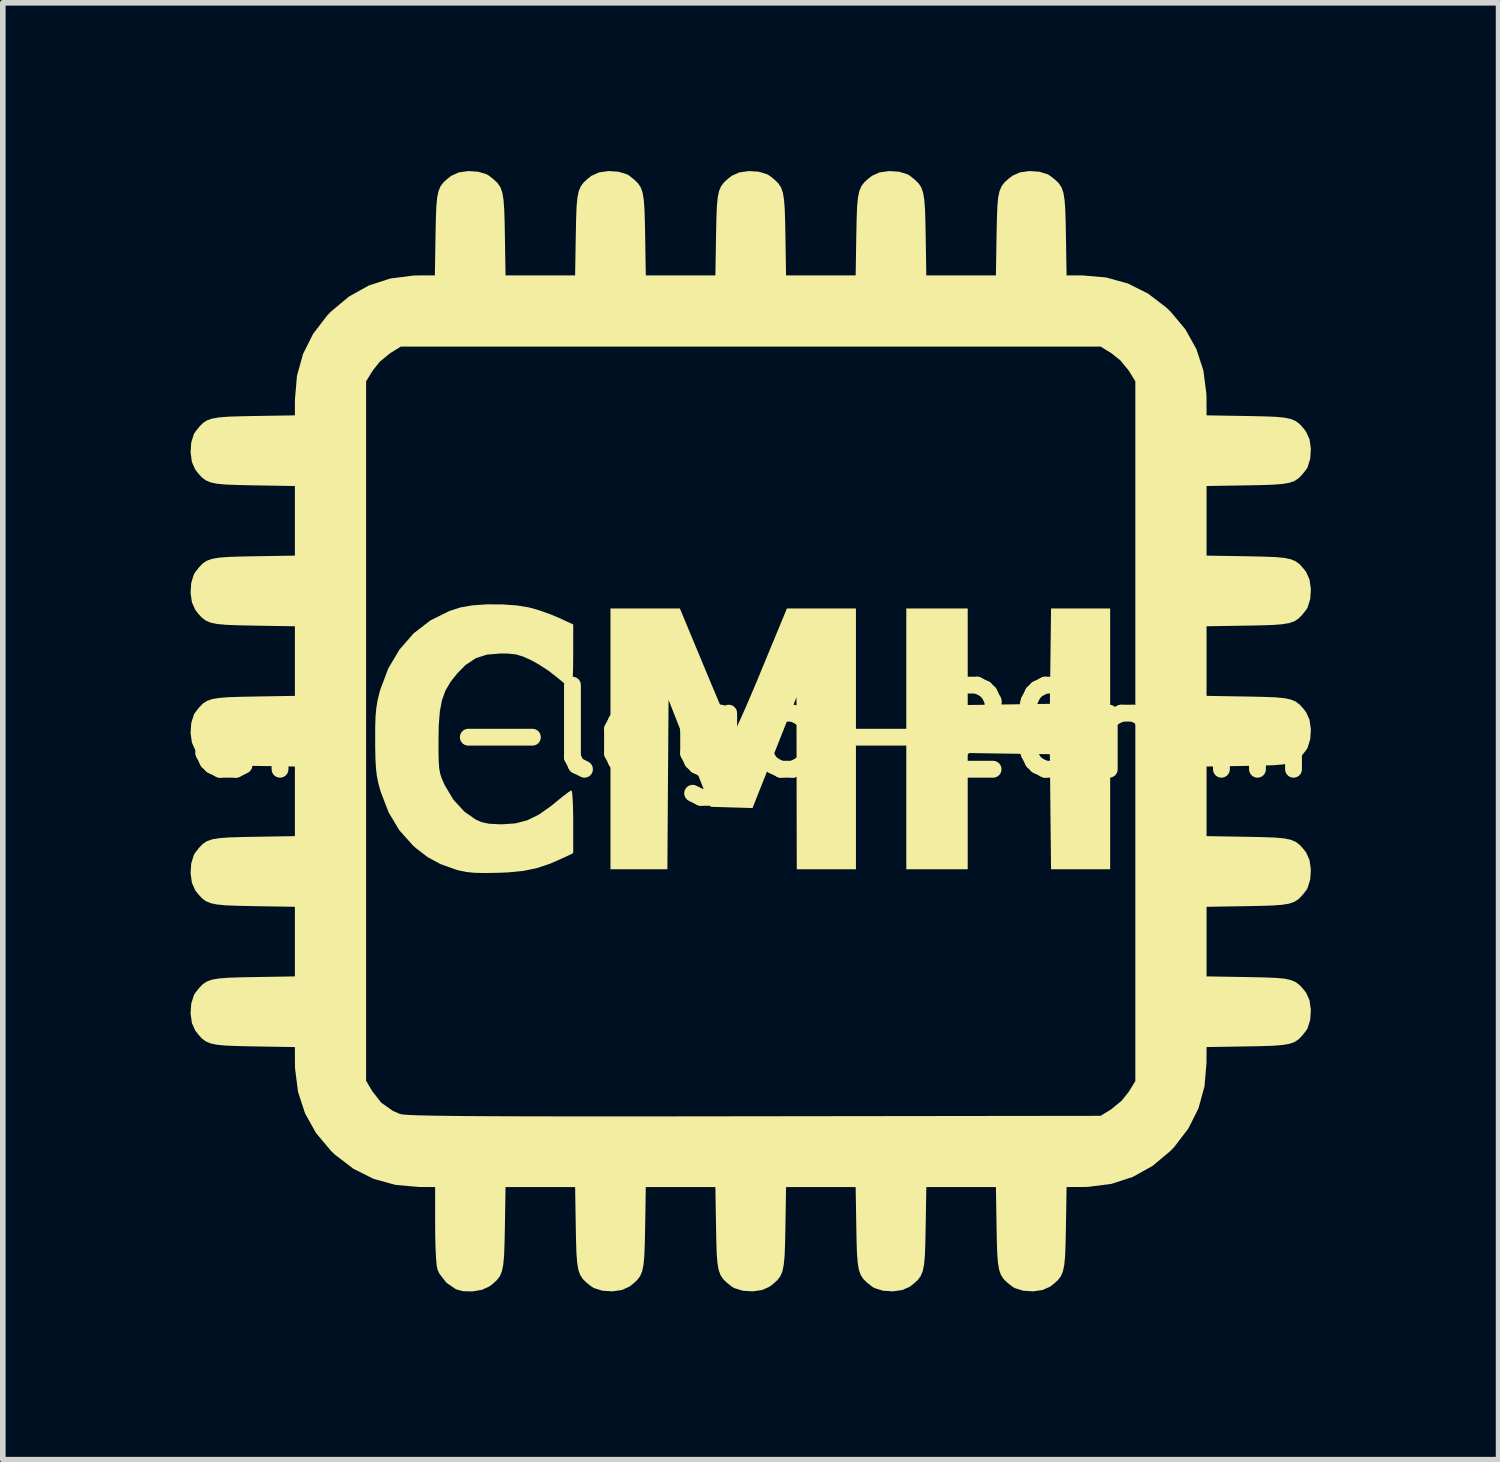
<source format=kicad_pcb>
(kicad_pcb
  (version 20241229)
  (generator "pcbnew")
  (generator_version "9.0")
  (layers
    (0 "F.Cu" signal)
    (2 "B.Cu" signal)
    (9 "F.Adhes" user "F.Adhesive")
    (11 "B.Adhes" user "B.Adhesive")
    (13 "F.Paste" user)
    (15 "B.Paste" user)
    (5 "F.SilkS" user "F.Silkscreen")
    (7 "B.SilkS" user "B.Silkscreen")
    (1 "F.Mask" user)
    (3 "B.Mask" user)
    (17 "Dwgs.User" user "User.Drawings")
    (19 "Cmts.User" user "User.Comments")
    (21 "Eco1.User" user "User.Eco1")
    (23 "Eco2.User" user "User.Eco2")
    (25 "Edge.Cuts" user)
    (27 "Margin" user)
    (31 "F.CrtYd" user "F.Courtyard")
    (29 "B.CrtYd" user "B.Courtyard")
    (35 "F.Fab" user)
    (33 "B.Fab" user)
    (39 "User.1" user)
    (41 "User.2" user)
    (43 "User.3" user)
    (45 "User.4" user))
  (footprint "cmh-logo-20mm"
    (layer "F.Cu")
    (at 10.336 9.988)
    (property "Reference" "cmh-logo-20mm" (at 0 0 0) (layer "F.SilkS") (effects (font (size 1.5 1.5) (thickness 0.3))))
    (attr board_only exclude_from_pos_files exclude_from_bom)
    (fp_poly (pts (xy 3.869 -1.328) (xy 3.869 -0.467) (xy 4.601 -0.478) (xy 5.334 -0.488) (xy 5.345 -1.338) (xy 5.355 -2.188) (xy 5.882 -2.188) (xy 6.409 -2.188) (xy 6.409 0.137) (xy 6.409 2.462) (xy 5.882 2.462) (xy 5.355 2.462) (xy 5.344 1.436) (xy 5.334 0.41) (xy 4.601 0.4) (xy 3.869 0.389) (xy 3.869 1.425) (xy 3.869 2.462) (xy 3.322 2.462) (xy 2.774 2.462) (xy 2.774 0.137) (xy 2.774 -2.188) (xy 3.322 -2.188) (xy 3.869 -2.188)) (stroke (width 0) (type solid)) (fill yes) (layer "F.SilkS"))
    (fp_poly (pts (xy -0.804 -1.084) (xy -0.689 -0.809) (xy -0.583 -0.556) (xy -0.489 -0.336) (xy -0.412 -0.157) (xy -0.355 -0.029) (xy -0.323 0.039) (xy -0.318 0.048) (xy -0.297 0.021) (xy -0.25 -0.071) (xy -0.182 -0.218) (xy -0.095 -0.413) (xy 0.005 -0.646) (xy 0.117 -0.91) (xy 0.177 -1.056) (xy 0.645 -2.188) (xy 1.26 -2.188) (xy 1.876 -2.188) (xy 1.876 0.137) (xy 1.876 2.462) (xy 1.348 2.462) (xy 0.821 2.462) (xy 0.818 0.928) (xy 0.816 -0.606) (xy 0.424 0.382) (xy 0.032 1.37) (xy -0.341 1.359) (xy -0.715 1.348) (xy -1.09 0.394) (xy -1.465 -0.559) (xy -1.476 0.951) (xy -1.486 2.462) (xy -1.993 2.462) (xy -2.501 2.462) (xy -2.501 0.137) (xy -2.501 -2.188) (xy -1.882 -2.188) (xy -1.263 -2.188)) (stroke (width 0) (type solid)) (fill yes) (layer "F.SilkS"))
    (fp_poly (pts (xy -4.431 -2.261) (xy -4.166 -2.242) (xy -3.947 -2.206) (xy -3.773 -2.156) (xy -3.576 -2.086) (xy -3.429 -2.025) (xy -3.165 -1.903) (xy -3.165 -1.342) (xy -3.168 -1.089) (xy -3.176 -0.912) (xy -3.191 -0.81) (xy -3.208 -0.782) (xy -3.257 -0.806) (xy -3.344 -0.869) (xy -3.451 -0.958) (xy -3.452 -0.959) (xy -3.6 -1.074) (xy -3.776 -1.189) (xy -3.907 -1.262) (xy -4.059 -1.331) (xy -4.186 -1.369) (xy -4.326 -1.384) (xy -4.454 -1.386) (xy -4.703 -1.366) (xy -4.904 -1.301) (xy -5.084 -1.181) (xy -5.23 -1.033) (xy -5.353 -0.879) (xy -5.443 -0.725) (xy -5.505 -0.555) (xy -5.543 -0.354) (xy -5.563 -0.104) (xy -5.567 0.156) (xy -5.567 0.381) (xy -5.563 0.545) (xy -5.554 0.665) (xy -5.537 0.758) (xy -5.509 0.843) (xy -5.469 0.935) (xy -5.459 0.957) (xy -5.303 1.219) (xy -5.105 1.435) (xy -4.904 1.575) (xy -4.794 1.623) (xy -4.669 1.649) (xy -4.501 1.659) (xy -4.435 1.66) (xy -4.199 1.644) (xy -3.986 1.589) (xy -3.779 1.488) (xy -3.557 1.332) (xy -3.46 1.252) (xy -3.346 1.159) (xy -3.254 1.089) (xy -3.201 1.056) (xy -3.196 1.055) (xy -3.185 1.092) (xy -3.176 1.193) (xy -3.169 1.345) (xy -3.166 1.533) (xy -3.165 1.614) (xy -3.165 2.174) (xy -3.312 2.245) (xy -3.574 2.361) (xy -3.813 2.441) (xy -4.056 2.491) (xy -4.333 2.518) (xy -4.513 2.525) (xy -4.751 2.529) (xy -4.931 2.524) (xy -5.074 2.51) (xy -5.199 2.484) (xy -5.256 2.468) (xy -5.528 2.371) (xy -5.754 2.25) (xy -5.967 2.087) (xy -6.022 2.038) (xy -6.265 1.767) (xy -6.457 1.447) (xy -6.597 1.081) (xy -6.637 0.941) (xy -6.664 0.813) (xy -6.681 0.675) (xy -6.691 0.509) (xy -6.696 0.293) (xy -6.696 0.176) (xy -6.696 -0.072) (xy -6.69 -0.261) (xy -6.676 -0.414) (xy -6.654 -0.549) (xy -6.62 -0.688) (xy -6.608 -0.732) (xy -6.464 -1.117) (xy -6.262 -1.457) (xy -6.01 -1.745) (xy -5.711 -1.976) (xy -5.372 -2.144) (xy -5.176 -2.207) (xy -4.965 -2.244) (xy -4.707 -2.262)) (stroke (width 0) (type solid)) (fill yes) (layer "F.SilkS"))
    (fp_poly (pts (xy 5.147 -9.976) (xy 5.298 -9.929) (xy 5.338 -9.904) (xy 5.427 -9.834) (xy 5.494 -9.769) (xy 5.542 -9.696) (xy 5.575 -9.602) (xy 5.596 -9.475) (xy 5.609 -9.303) (xy 5.616 -9.074) (xy 5.62 -8.868) (xy 5.632 -8.128) (xy 5.913 -8.127) (xy 6.335 -8.091) (xy 6.726 -7.983) (xy 7.085 -7.803) (xy 7.412 -7.553) (xy 7.484 -7.484) (xy 7.751 -7.165) (xy 7.947 -6.813) (xy 8.072 -6.43) (xy 8.125 -6.014) (xy 8.127 -5.913) (xy 8.128 -5.632) (xy 8.868 -5.62) (xy 9.145 -5.614) (xy 9.357 -5.606) (xy 9.515 -5.591) (xy 9.631 -5.567) (xy 9.718 -5.53) (xy 9.788 -5.477) (xy 9.853 -5.405) (xy 9.904 -5.338) (xy 9.964 -5.205) (xy 9.988 -5.033) (xy 9.976 -4.857) (xy 9.929 -4.706) (xy 9.904 -4.665) (xy 9.834 -4.577) (xy 9.769 -4.51) (xy 9.696 -4.462) (xy 9.602 -4.429) (xy 9.475 -4.408) (xy 9.303 -4.395) (xy 9.074 -4.388) (xy 8.868 -4.384) (xy 8.128 -4.372) (xy 8.128 -3.751) (xy 8.128 -3.131) (xy 8.868 -3.119) (xy 9.145 -3.113) (xy 9.357 -3.105) (xy 9.515 -3.09) (xy 9.631 -3.066) (xy 9.718 -3.029) (xy 9.788 -2.976) (xy 9.853 -2.904) (xy 9.904 -2.838) (xy 9.964 -2.704) (xy 9.988 -2.533) (xy 9.976 -2.356) (xy 9.929 -2.205) (xy 9.904 -2.164) (xy 9.834 -2.076) (xy 9.769 -2.009) (xy 9.696 -1.961) (xy 9.602 -1.928) (xy 9.475 -1.907) (xy 9.303 -1.894) (xy 9.074 -1.887) (xy 8.868 -1.883) (xy 8.128 -1.871) (xy 8.128 -1.25) (xy 8.128 -0.63) (xy 8.868 -0.618) (xy 9.145 -0.612) (xy 9.357 -0.604) (xy 9.515 -0.589) (xy 9.631 -0.565) (xy 9.718 -0.528) (xy 9.788 -0.475) (xy 9.853 -0.403) (xy 9.904 -0.337) (xy 9.964 -0.203) (xy 9.988 -0.032) (xy 9.976 0.145) (xy 9.929 0.296) (xy 9.904 0.337) (xy 9.834 0.425) (xy 9.769 0.492) (xy 9.696 0.54) (xy 9.602 0.573) (xy 9.475 0.594) (xy 9.303 0.607) (xy 9.074 0.614) (xy 8.868 0.618) (xy 8.128 0.63) (xy 8.128 1.25) (xy 8.128 1.871) (xy 8.868 1.883) (xy 9.145 1.889) (xy 9.357 1.897) (xy 9.515 1.912) (xy 9.631 1.936) (xy 9.718 1.973) (xy 9.788 2.026) (xy 9.853 2.098) (xy 9.904 2.164) (xy 9.964 2.298) (xy 9.988 2.469) (xy 9.976 2.646) (xy 9.929 2.797) (xy 9.904 2.838) (xy 9.834 2.926) (xy 9.769 2.993) (xy 9.696 3.041) (xy 9.602 3.074) (xy 9.475 3.095) (xy 9.303 3.108) (xy 9.074 3.115) (xy 8.868 3.119) (xy 8.128 3.131) (xy 8.128 3.751) (xy 8.128 4.372) (xy 8.868 4.384) (xy 9.145 4.39) (xy 9.357 4.398) (xy 9.515 4.412) (xy 9.631 4.437) (xy 9.718 4.474) (xy 9.788 4.527) (xy 9.853 4.599) (xy 9.904 4.665) (xy 9.964 4.799) (xy 9.988 4.97) (xy 9.976 5.147) (xy 9.929 5.298) (xy 9.904 5.338) (xy 9.834 5.427) (xy 9.769 5.494) (xy 9.696 5.542) (xy 9.602 5.575) (xy 9.475 5.596) (xy 9.303 5.609) (xy 9.074 5.616) (xy 8.868 5.62) (xy 8.128 5.632) (xy 8.127 5.913) (xy 8.091 6.335) (xy 7.983 6.726) (xy 7.803 7.085) (xy 7.553 7.412) (xy 7.484 7.484) (xy 7.165 7.751) (xy 6.813 7.947) (xy 6.43 8.072) (xy 6.014 8.125) (xy 5.913 8.127) (xy 5.632 8.128) (xy 5.62 8.868) (xy 5.614 9.145) (xy 5.606 9.357) (xy 5.591 9.515) (xy 5.567 9.631) (xy 5.53 9.718) (xy 5.477 9.788) (xy 5.405 9.853) (xy 5.338 9.904) (xy 5.205 9.964) (xy 5.033 9.988) (xy 4.857 9.976) (xy 4.706 9.929) (xy 4.665 9.904) (xy 4.577 9.834) (xy 4.51 9.769) (xy 4.462 9.696) (xy 4.429 9.602) (xy 4.408 9.475) (xy 4.395 9.303) (xy 4.388 9.074) (xy 4.384 8.868) (xy 4.372 8.128) (xy 3.751 8.128) (xy 3.131 8.128) (xy 3.119 8.868) (xy 3.113 9.145) (xy 3.105 9.357) (xy 3.09 9.515) (xy 3.066 9.631) (xy 3.029 9.718) (xy 2.976 9.788) (xy 2.904 9.853) (xy 2.838 9.904) (xy 2.704 9.964) (xy 2.533 9.988) (xy 2.356 9.976) (xy 2.205 9.929) (xy 2.164 9.904) (xy 2.076 9.834) (xy 2.009 9.769) (xy 1.961 9.696) (xy 1.928 9.602) (xy 1.907 9.475) (xy 1.894 9.303) (xy 1.887 9.074) (xy 1.883 8.868) (xy 1.871 8.128) (xy 1.25 8.128) (xy 0.63 8.128) (xy 0.618 8.868) (xy 0.612 9.145) (xy 0.604 9.357) (xy 0.589 9.515) (xy 0.565 9.631) (xy 0.528 9.718) (xy 0.475 9.788) (xy 0.403 9.853) (xy 0.337 9.904) (xy 0.203 9.964) (xy 0.032 9.988) (xy -0.145 9.976) (xy -0.296 9.929) (xy -0.337 9.904) (xy -0.425 9.834) (xy -0.492 9.769) (xy -0.54 9.696) (xy -0.573 9.602) (xy -0.594 9.475) (xy -0.607 9.303) (xy -0.614 9.074) (xy -0.618 8.868) (xy -0.63 8.128) (xy -1.25 8.128) (xy -1.871 8.128) (xy -1.883 8.868) (xy -1.889 9.145) (xy -1.897 9.357) (xy -1.912 9.515) (xy -1.936 9.631) (xy -1.973 9.718) (xy -2.026 9.788) (xy -2.098 9.853) (xy -2.164 9.904) (xy -2.298 9.964) (xy -2.469 9.988) (xy -2.646 9.976) (xy -2.797 9.929) (xy -2.838 9.904) (xy -2.926 9.834) (xy -2.993 9.769) (xy -3.041 9.696) (xy -3.074 9.602) (xy -3.095 9.475) (xy -3.108 9.303) (xy -3.115 9.074) (xy -3.119 8.868) (xy -3.131 8.128) (xy -3.751 8.128) (xy -4.372 8.128) (xy -4.384 8.868) (xy -4.39 9.145) (xy -4.398 9.357) (xy -4.413 9.515) (xy -4.437 9.631) (xy -4.473 9.718) (xy -4.526 9.787) (xy -4.597 9.852) (xy -4.659 9.899) (xy -4.791 9.96) (xy -4.96 9.989) (xy -5.132 9.985) (xy -5.256 9.951) (xy -5.425 9.835) (xy -5.552 9.673) (xy -5.585 9.601) (xy -5.6 9.523) (xy -5.612 9.382) (xy -5.621 9.19) (xy -5.626 8.963) (xy -5.627 8.809) (xy -5.627 8.128) (xy -5.91 8.127) (xy -6.333 8.09) (xy -6.725 7.982) (xy -7.085 7.802) (xy -7.413 7.551) (xy -7.484 7.483) (xy -7.751 7.165) (xy -7.947 6.814) (xy -8.072 6.43) (xy -8.097 6.233) (xy -6.858 6.233) (xy -6.75 6.416) (xy -6.588 6.624) (xy -6.379 6.771) (xy -6.257 6.824) (xy -6.225 6.831) (xy -6.166 6.837) (xy -6.078 6.843) (xy -5.957 6.848) (xy -5.801 6.852) (xy -5.604 6.856) (xy -5.366 6.859) (xy -5.082 6.862) (xy -4.748 6.864) (xy -4.363 6.866) (xy -3.922 6.867) (xy -3.422 6.868) (xy -2.86 6.868) (xy -2.233 6.868) (xy -1.538 6.868) (xy -0.77 6.867) (xy 0.062 6.866) (xy 6.239 6.858) (xy 6.43 6.74) (xy 6.615 6.588) (xy 6.74 6.43) (xy 6.858 6.239) (xy 6.858 0) (xy 6.858 -6.239) (xy 6.74 -6.43) (xy 6.588 -6.615) (xy 6.43 -6.74) (xy 6.239 -6.858) (xy 0 -6.858) (xy -6.239 -6.858) (xy -6.43 -6.74) (xy -6.615 -6.588) (xy -6.74 -6.43) (xy -6.858 -6.239) (xy -6.858 -0.003) (xy -6.858 6.233) (xy -8.097 6.233) (xy -8.125 6.015) (xy -8.127 5.913) (xy -8.128 5.632) (xy -8.868 5.62) (xy -9.145 5.614) (xy -9.357 5.606) (xy -9.515 5.591) (xy -9.631 5.567) (xy -9.718 5.53) (xy -9.788 5.477) (xy -9.853 5.405) (xy -9.904 5.338) (xy -9.964 5.205) (xy -9.988 5.033) (xy -9.976 4.857) (xy -9.929 4.706) (xy -9.904 4.665) (xy -9.834 4.577) (xy -9.769 4.51) (xy -9.696 4.462) (xy -9.602 4.429) (xy -9.475 4.408) (xy -9.303 4.395) (xy -9.074 4.388) (xy -8.868 4.384) (xy -8.128 4.372) (xy -8.128 3.751) (xy -8.128 3.131) (xy -8.868 3.119) (xy -9.145 3.113) (xy -9.357 3.105) (xy -9.515 3.09) (xy -9.631 3.066) (xy -9.718 3.029) (xy -9.788 2.976) (xy -9.853 2.904) (xy -9.904 2.838) (xy -9.964 2.704) (xy -9.988 2.533) (xy -9.976 2.356) (xy -9.929 2.205) (xy -9.904 2.164) (xy -9.834 2.076) (xy -9.769 2.009) (xy -9.696 1.961) (xy -9.602 1.928) (xy -9.475 1.907) (xy -9.303 1.894) (xy -9.074 1.887) (xy -8.868 1.883) (xy -8.128 1.871) (xy -8.128 1.25) (xy -8.128 0.63) (xy -8.868 0.618) (xy -9.145 0.612) (xy -9.357 0.604) (xy -9.515 0.589) (xy -9.631 0.565) (xy -9.718 0.528) (xy -9.788 0.475) (xy -9.853 0.403) (xy -9.904 0.337) (xy -9.964 0.203) (xy -9.988 0.032) (xy -9.976 -0.145) (xy -9.929 -0.296) (xy -9.904 -0.337) (xy -9.834 -0.425) (xy -9.769 -0.492) (xy -9.696 -0.54) (xy -9.602 -0.573) (xy -9.475 -0.594) (xy -9.303 -0.607) (xy -9.074 -0.614) (xy -8.868 -0.618) (xy -8.128 -0.63) (xy -8.128 -1.25) (xy -8.128 -1.871) (xy -8.868 -1.883) (xy -9.145 -1.889) (xy -9.357 -1.897) (xy -9.515 -1.912) (xy -9.631 -1.936) (xy -9.718 -1.973) (xy -9.788 -2.026) (xy -9.853 -2.098) (xy -9.904 -2.164) (xy -9.964 -2.298) (xy -9.988 -2.469) (xy -9.976 -2.646) (xy -9.929 -2.797) (xy -9.904 -2.838) (xy -9.834 -2.926) (xy -9.769 -2.993) (xy -9.696 -3.041) (xy -9.602 -3.074) (xy -9.475 -3.095) (xy -9.303 -3.108) (xy -9.074 -3.115) (xy -8.868 -3.119) (xy -8.128 -3.131) (xy -8.128 -3.751) (xy -8.128 -4.372) (xy -8.868 -4.384) (xy -9.145 -4.39) (xy -9.357 -4.398) (xy -9.515 -4.412) (xy -9.631 -4.437) (xy -9.718 -4.474) (xy -9.788 -4.527) (xy -9.853 -4.599) (xy -9.904 -4.665) (xy -9.964 -4.799) (xy -9.988 -4.97) (xy -9.976 -5.147) (xy -9.929 -5.298) (xy -9.904 -5.338) (xy -9.834 -5.427) (xy -9.769 -5.494) (xy -9.696 -5.542) (xy -9.602 -5.575) (xy -9.475 -5.596) (xy -9.303 -5.609) (xy -9.074 -5.616) (xy -8.868 -5.62) (xy -8.128 -5.632) (xy -8.127 -5.913) (xy -8.091 -6.335) (xy -7.983 -6.726) (xy -7.803 -7.085) (xy -7.553 -7.411) (xy -7.484 -7.483) (xy -7.164 -7.75) (xy -6.811 -7.947) (xy -6.426 -8.072) (xy -6.011 -8.125) (xy -5.913 -8.127) (xy -5.632 -8.128) (xy -5.62 -8.868) (xy -5.614 -9.145) (xy -5.606 -9.357) (xy -5.591 -9.515) (xy -5.567 -9.631) (xy -5.53 -9.718) (xy -5.477 -9.788) (xy -5.405 -9.853) (xy -5.338 -9.904) (xy -5.205 -9.964) (xy -5.033 -9.988) (xy -4.857 -9.976) (xy -4.706 -9.929) (xy -4.665 -9.904) (xy -4.577 -9.834) (xy -4.51 -9.769) (xy -4.462 -9.696) (xy -4.429 -9.602) (xy -4.408 -9.475) (xy -4.395 -9.303) (xy -4.388 -9.074) (xy -4.384 -8.868) (xy -4.372 -8.128) (xy -3.751 -8.128) (xy -3.131 -8.128) (xy -3.119 -8.868) (xy -3.113 -9.145) (xy -3.105 -9.357) (xy -3.09 -9.515) (xy -3.066 -9.631) (xy -3.029 -9.718) (xy -2.976 -9.788) (xy -2.904 -9.853) (xy -2.838 -9.904) (xy -2.704 -9.964) (xy -2.533 -9.988) (xy -2.356 -9.976) (xy -2.205 -9.929) (xy -2.164 -9.904) (xy -2.076 -9.834) (xy -2.009 -9.769) (xy -1.961 -9.696) (xy -1.928 -9.602) (xy -1.907 -9.475) (xy -1.894 -9.303) (xy -1.887 -9.074) (xy -1.883 -8.868) (xy -1.871 -8.128) (xy -1.25 -8.128) (xy -0.63 -8.128) (xy -0.618 -8.868) (xy -0.612 -9.145) (xy -0.604 -9.357) (xy -0.589 -9.515) (xy -0.565 -9.631) (xy -0.528 -9.718) (xy -0.475 -9.788) (xy -0.403 -9.853) (xy -0.337 -9.904) (xy -0.203 -9.964) (xy -0.032 -9.988) (xy 0.145 -9.976) (xy 0.296 -9.929) (xy 0.337 -9.904) (xy 0.425 -9.834) (xy 0.492 -9.769) (xy 0.54 -9.696) (xy 0.573 -9.602) (xy 0.594 -9.475) (xy 0.607 -9.303) (xy 0.614 -9.074) (xy 0.618 -8.868) (xy 0.63 -8.128) (xy 1.25 -8.128) (xy 1.871 -8.128) (xy 1.883 -8.868) (xy 1.889 -9.145) (xy 1.897 -9.357) (xy 1.912 -9.515) (xy 1.936 -9.631) (xy 1.973 -9.718) (xy 2.026 -9.788) (xy 2.098 -9.853) (xy 2.164 -9.904) (xy 2.298 -9.964) (xy 2.469 -9.988) (xy 2.646 -9.976) (xy 2.797 -9.929) (xy 2.838 -9.904) (xy 2.926 -9.834) (xy 2.993 -9.769) (xy 3.041 -9.696) (xy 3.074 -9.602) (xy 3.095 -9.475) (xy 3.108 -9.303) (xy 3.115 -9.074) (xy 3.119 -8.868) (xy 3.131 -8.128) (xy 3.751 -8.128) (xy 4.372 -8.128) (xy 4.384 -8.868) (xy 4.39 -9.145) (xy 4.398 -9.357) (xy 4.412 -9.515) (xy 4.437 -9.631) (xy 4.474 -9.718) (xy 4.527 -9.788) (xy 4.599 -9.853) (xy 4.665 -9.904) (xy 4.799 -9.964) (xy 4.97 -9.988)) (stroke (width 0) (type solid)) (fill yes) (layer "F.SilkS")))
  (gr_rect
    (start -3 -3)
    (end 23.671 22.977)
    (stroke (width 0.1) (type default))
    (fill no)
    (layer "Edge.Cuts")))
</source>
